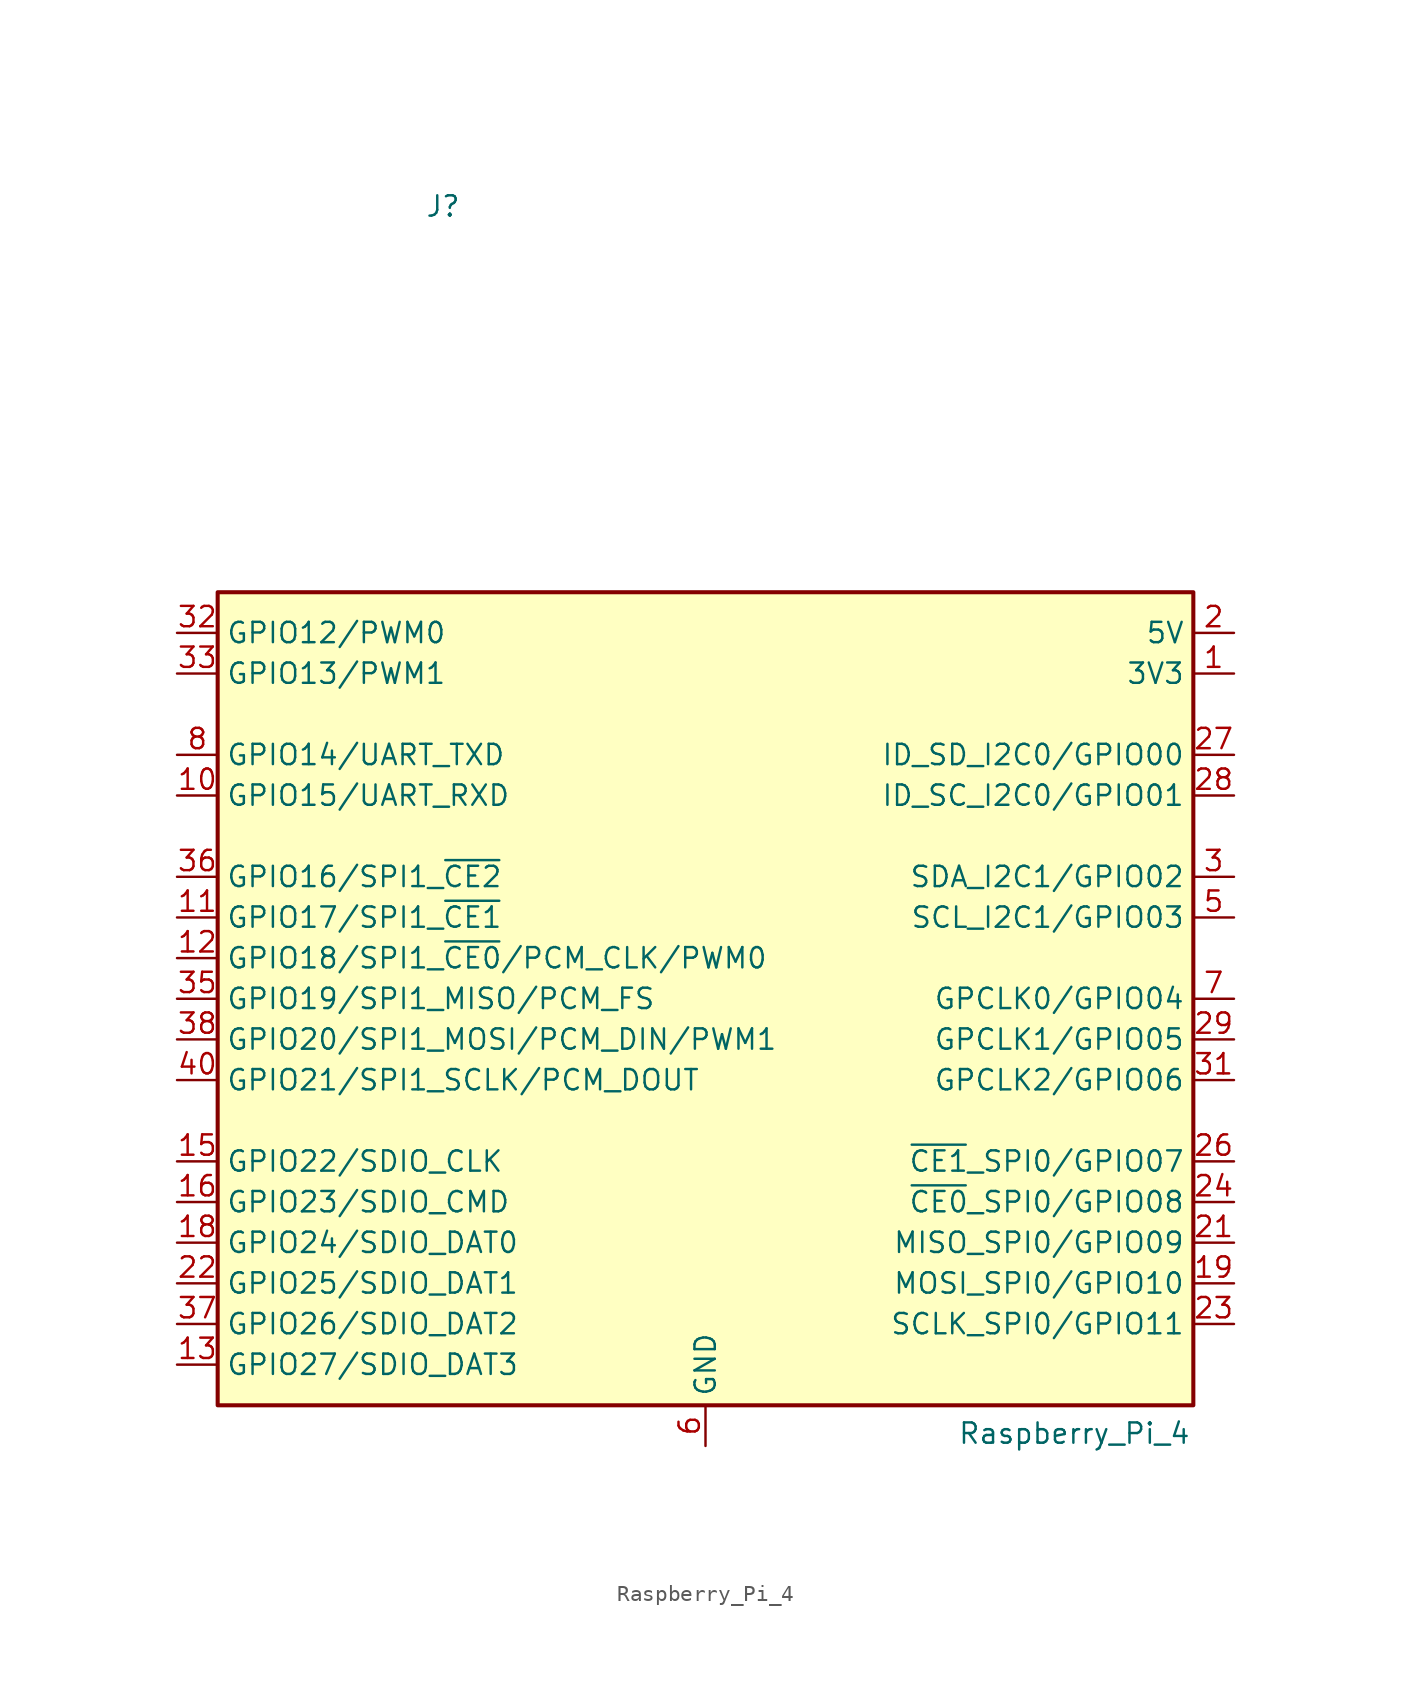
<source format=kicad_sym>
(kicad_symbol_lib
  (version 20241209)
  (generator "kicad_symbol_editor")
  (generator_version "9.0")
  (symbol "Raspberry_Pi_4"
    (property "Reference" "J"
      (at -17.526 48.768 0)
      (effects (font (size 1.27 1.27)) (justify left bottom)))
    (property "Value" "Raspberry_Pi_4"
      (at 15.748 -26.416 0)
      (effects (font (size 1.27 1.27)) (justify left top)))
    (symbol "Raspberry_Pi_4_0_1"
      (rectangle (start -30.48 25.4) (end 30.48 -25.4) (stroke (width 0.254) (type default)) (fill (type background))))
    (symbol "Raspberry_Pi_4_1_1"
      (pin bidirectional line (at -33.02 22.86 0) (length 2.54) (name "GPIO12/PWM0" (effects (font (size 1.27 1.27)))) (number "32" (effects (font (size 1.27 1.27)))))
      (pin bidirectional line (at -33.02 20.32 0) (length 2.54) (name "GPIO13/PWM1" (effects (font (size 1.27 1.27)))) (number "33" (effects (font (size 1.27 1.27)))))
      (pin bidirectional line (at -33.02 15.24 0) (length 2.54) (name "GPIO14/UART_TXD" (effects (font (size 1.27 1.27)))) (number "8" (effects (font (size 1.27 1.27)))))
      (pin bidirectional line (at -33.02 12.7 0) (length 2.54) (name "GPIO15/UART_RXD" (effects (font (size 1.27 1.27)))) (number "10" (effects (font (size 1.27 1.27)))))
      (pin bidirectional line (at -33.02 7.62 0) (length 2.54) (name "GPIO16/SPI1_~{CE2}" (effects (font (size 1.27 1.27)))) (number "36" (effects (font (size 1.27 1.27)))))
      (pin bidirectional line (at -33.02 5.08 0) (length 2.54) (name "GPIO17/SPI1_~{CE1}" (effects (font (size 1.27 1.27)))) (number "11" (effects (font (size 1.27 1.27)))))
      (pin bidirectional line (at -33.02 2.54 0) (length 2.54) (name "GPIO18/SPI1_~{CE0}/PCM_CLK/PWM0" (effects (font (size 1.27 1.27)))) (number "12" (effects (font (size 1.27 1.27)))))
      (pin bidirectional line (at -33.02 0 0) (length 2.54) (name "GPIO19/SPI1_MISO/PCM_FS" (effects (font (size 1.27 1.27)))) (number "35" (effects (font (size 1.27 1.27)))))
      (pin bidirectional line (at -33.02 -2.54 0) (length 2.54) (name "GPIO20/SPI1_MOSI/PCM_DIN/PWM1" (effects (font (size 1.27 1.27)))) (number "38" (effects (font (size 1.27 1.27)))))
      (pin bidirectional line (at -33.02 -5.08 0) (length 2.54) (name "GPIO21/SPI1_SCLK/PCM_DOUT" (effects (font (size 1.27 1.27)))) (number "40" (effects (font (size 1.27 1.27)))))
      (pin bidirectional line (at -33.02 -10.16 0) (length 2.54) (name "GPIO22/SDIO_CLK" (effects (font (size 1.27 1.27)))) (number "15" (effects (font (size 1.27 1.27)))))
      (pin bidirectional line (at -33.02 -12.7 0) (length 2.54) (name "GPIO23/SDIO_CMD" (effects (font (size 1.27 1.27)))) (number "16" (effects (font (size 1.27 1.27)))))
      (pin bidirectional line (at -33.02 -15.24 0) (length 2.54) (name "GPIO24/SDIO_DAT0" (effects (font (size 1.27 1.27)))) (number "18" (effects (font (size 1.27 1.27)))))
      (pin bidirectional line (at -33.02 -17.78 0) (length 2.54) (name "GPIO25/SDIO_DAT1" (effects (font (size 1.27 1.27)))) (number "22" (effects (font (size 1.27 1.27)))))
      (pin bidirectional line (at -33.02 -20.32 0) (length 2.54) (name "GPIO26/SDIO_DAT2" (effects (font (size 1.27 1.27)))) (number "37" (effects (font (size 1.27 1.27)))))
      (pin bidirectional line (at -33.02 -22.86 0) (length 2.54) (name "GPIO27/SDIO_DAT3" (effects (font (size 1.27 1.27)))) (number "13" (effects (font (size 1.27 1.27)))))
      (pin passive line (at 0 -27.94 90) (length 2.54) (hide yes) (name "GND" (effects (font (size 1.27 1.27)))) (number "14" (effects (font (size 1.27 1.27)))))
      (pin passive line (at 0 -27.94 90) (length 2.54) (hide yes) (name "GND" (effects (font (size 1.27 1.27)))) (number "20" (effects (font (size 1.27 1.27)))))
      (pin passive line (at 0 -27.94 90) (length 2.54) (hide yes) (name "GND" (effects (font (size 1.27 1.27)))) (number "25" (effects (font (size 1.27 1.27)))))
      (pin passive line (at 0 -27.94 90) (length 2.54) (hide yes) (name "GND" (effects (font (size 1.27 1.27)))) (number "30" (effects (font (size 1.27 1.27)))))
      (pin passive line (at 0 -27.94 90) (length 2.54) (hide yes) (name "GND" (effects (font (size 1.27 1.27)))) (number "34" (effects (font (size 1.27 1.27)))))
      (pin passive line (at 0 -27.94 90) (length 2.54) (hide yes) (name "GND" (effects (font (size 1.27 1.27)))) (number "39" (effects (font (size 1.27 1.27)))))
      (pin power_out line (at 0 -27.94 90) (length 2.54) (name "GND" (effects (font (size 1.27 1.27)))) (number "6" (effects (font (size 1.27 1.27)))))
      (pin passive line (at 0 -27.94 90) (length 2.54) (hide yes) (name "GND" (effects (font (size 1.27 1.27)))) (number "9" (effects (font (size 1.27 1.27)))))
      (pin power_out line (at 33.02 22.86 180) (length 2.54) (name "5V" (effects (font (size 1.27 1.27)))) (number "2" (effects (font (size 1.27 1.27)))))
      (pin passive line (at 33.02 22.86 180) (length 2.54) (hide yes) (name "5V" (effects (font (size 1.27 1.27)))) (number "4" (effects (font (size 1.27 1.27)))))
      (pin power_out line (at 33.02 20.32 180) (length 2.54) (name "3V3" (effects (font (size 1.27 1.27)))) (number "1" (effects (font (size 1.27 1.27)))))
      (pin passive line (at 33.02 20.32 180) (length 2.54) (hide yes) (name "3V3" (effects (font (size 1.27 1.27)))) (number "17" (effects (font (size 1.27 1.27)))))
      (pin bidirectional line (at 33.02 15.24 180) (length 2.54) (name "ID_SD_I2C0/GPIO00" (effects (font (size 1.27 1.27)))) (number "27" (effects (font (size 1.27 1.27)))))
      (pin bidirectional line (at 33.02 12.7 180) (length 2.54) (name "ID_SC_I2C0/GPIO01" (effects (font (size 1.27 1.27)))) (number "28" (effects (font (size 1.27 1.27)))))
      (pin bidirectional line (at 33.02 7.62 180) (length 2.54) (name "SDA_I2C1/GPIO02" (effects (font (size 1.27 1.27)))) (number "3" (effects (font (size 1.27 1.27)))))
      (pin bidirectional line (at 33.02 5.08 180) (length 2.54) (name "SCL_I2C1/GPIO03" (effects (font (size 1.27 1.27)))) (number "5" (effects (font (size 1.27 1.27)))))
      (pin bidirectional line (at 33.02 0 180) (length 2.54) (name "GPCLK0/GPIO04" (effects (font (size 1.27 1.27)))) (number "7" (effects (font (size 1.27 1.27)))))
      (pin bidirectional line (at 33.02 -2.54 180) (length 2.54) (name "GPCLK1/GPIO05" (effects (font (size 1.27 1.27)))) (number "29" (effects (font (size 1.27 1.27)))))
      (pin bidirectional line (at 33.02 -5.08 180) (length 2.54) (name "GPCLK2/GPIO06" (effects (font (size 1.27 1.27)))) (number "31" (effects (font (size 1.27 1.27)))))
      (pin bidirectional line (at 33.02 -10.16 180) (length 2.54) (name "~{CE1}_SPI0/GPIO07" (effects (font (size 1.27 1.27)))) (number "26" (effects (font (size 1.27 1.27)))))
      (pin bidirectional line (at 33.02 -12.7 180) (length 2.54) (name "~{CE0}_SPI0/GPIO08" (effects (font (size 1.27 1.27)))) (number "24" (effects (font (size 1.27 1.27)))))
      (pin bidirectional line (at 33.02 -15.24 180) (length 2.54) (name "MISO_SPI0/GPIO09" (effects (font (size 1.27 1.27)))) (number "21" (effects (font (size 1.27 1.27)))))
      (pin bidirectional line (at 33.02 -17.78 180) (length 2.54) (name "MOSI_SPI0/GPIO10" (effects (font (size 1.27 1.27)))) (number "19" (effects (font (size 1.27 1.27)))))
      (pin bidirectional line (at 33.02 -20.32 180) (length 2.54) (name "SCLK_SPI0/GPIO11" (effects (font (size 1.27 1.27)))) (number "23" (effects (font (size 1.27 1.27))))))))
</source>
